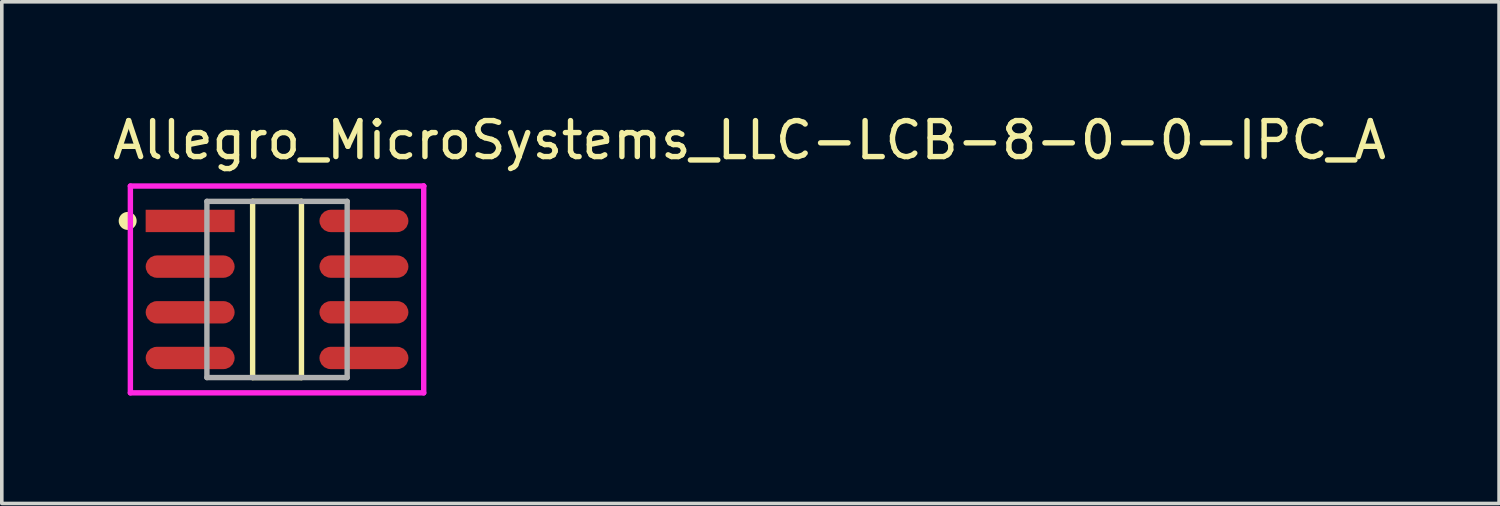
<source format=kicad_pcb>
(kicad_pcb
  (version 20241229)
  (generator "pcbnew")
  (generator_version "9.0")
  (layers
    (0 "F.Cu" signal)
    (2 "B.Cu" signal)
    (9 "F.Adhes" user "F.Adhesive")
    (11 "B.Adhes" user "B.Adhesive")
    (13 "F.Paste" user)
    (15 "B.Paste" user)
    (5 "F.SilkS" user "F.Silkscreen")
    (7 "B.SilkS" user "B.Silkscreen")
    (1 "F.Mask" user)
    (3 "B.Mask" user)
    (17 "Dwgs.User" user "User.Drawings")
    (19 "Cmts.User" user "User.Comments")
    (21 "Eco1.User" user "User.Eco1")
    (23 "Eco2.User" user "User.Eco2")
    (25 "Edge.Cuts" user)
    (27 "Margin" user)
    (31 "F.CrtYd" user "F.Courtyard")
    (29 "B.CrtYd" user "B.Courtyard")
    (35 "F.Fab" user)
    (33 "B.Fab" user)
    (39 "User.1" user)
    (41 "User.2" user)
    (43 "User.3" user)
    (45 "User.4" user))
  (footprint "Allegro_MicroSystems_LLC-LCB-8-0-0-IPC_A"
    (layer "F.Cu")
    (at 4.653 4.998)
    (property "Reference" "Allegro_MicroSystems_LLC-LCB-8-0-0-IPC_A" (at -4.653 -4.15 0) (layer "F.SilkS") (effects (font (size 1 1) (thickness 0.15)) (justify left)))
    (attr through_hole)
    (fp_line (start -0.679 -2.45) (end 0.679 -2.45) (stroke (width 0.15) (type solid)) (layer "F.SilkS"))
    (fp_line (start -0.679 2.45) (end -0.679 -2.45) (stroke (width 0.15) (type solid)) (layer "F.SilkS"))
    (fp_line (start 0.679 -2.45) (end 0.679 2.45) (stroke (width 0.15) (type solid)) (layer "F.SilkS"))
    (fp_line (start 0.679 2.45) (end -0.679 2.45) (stroke (width 0.15) (type solid)) (layer "F.SilkS"))
    (fp_circle (center -4.153 -1.905) (end -4.028 -1.905) (stroke (width 0.25) (type solid)) (fill no) (layer "F.SilkS"))
    (fp_line (start -4.078 -2.875) (end -4.078 2.875) (stroke (width 0.15) (type solid)) (layer "F.CrtYd"))
    (fp_line (start -4.078 2.875) (end 4.078 2.875) (stroke (width 0.15) (type solid)) (layer "F.CrtYd"))
    (fp_line (start 4.078 -2.875) (end -4.078 -2.875) (stroke (width 0.15) (type solid)) (layer "F.CrtYd"))
    (fp_line (start 4.078 -2.875) (end 4.078 -2.875) (stroke (width 0.15) (type solid)) (layer "F.CrtYd"))
    (fp_line (start 4.078 2.875) (end 4.078 -2.875) (stroke (width 0.15) (type solid)) (layer "F.CrtYd"))
    (fp_line (start -1.95 -2.45) (end 1.95 -2.45) (stroke (width 0.15) (type solid)) (layer "F.Fab"))
    (fp_line (start -1.95 2.45) (end -1.95 -2.45) (stroke (width 0.15) (type solid)) (layer "F.Fab"))
    (fp_line (start 1.95 -2.45) (end 1.95 2.45) (stroke (width 0.15) (type solid)) (layer "F.Fab"))
    (fp_line (start 1.95 2.45) (end -1.95 2.45) (stroke (width 0.15) (type solid)) (layer "F.Fab"))
    (pad "1" smd rect (at -2.416 -1.905) (size 2.474 0.622) (layers "F.Cu" "F.Mask" "F.Paste"))
    (pad "2" smd roundrect (at -2.416 -0.635) (size 2.474 0.622) (layers "F.Cu" "F.Mask" "F.Paste") (roundrect_rratio 0.5))
    (pad "3" smd roundrect (at -2.416 0.635) (size 2.474 0.622) (layers "F.Cu" "F.Mask" "F.Paste") (roundrect_rratio 0.5))
    (pad "4" smd roundrect (at -2.416 1.905) (size 2.474 0.622) (layers "F.Cu" "F.Mask" "F.Paste") (roundrect_rratio 0.5))
    (pad "5" smd roundrect (at 2.416 1.905) (size 2.474 0.622) (layers "F.Cu" "F.Mask" "F.Paste") (roundrect_rratio 0.5))
    (pad "6" smd roundrect (at 2.416 0.635) (size 2.474 0.622) (layers "F.Cu" "F.Mask" "F.Paste") (roundrect_rratio 0.5))
    (pad "7" smd roundrect (at 2.416 -0.635) (size 2.474 0.622) (layers "F.Cu" "F.Mask" "F.Paste") (roundrect_rratio 0.5))
    (pad "8" smd roundrect (at 2.416 -1.905) (size 2.474 0.622) (layers "F.Cu" "F.Mask" "F.Paste") (roundrect_rratio 0.5)))
  (gr_rect
    (start -3 -3)
    (end 38.631 10.948)
    (stroke (width 0.1) (type default))
    (fill no)
    (layer "Edge.Cuts")))
</source>
